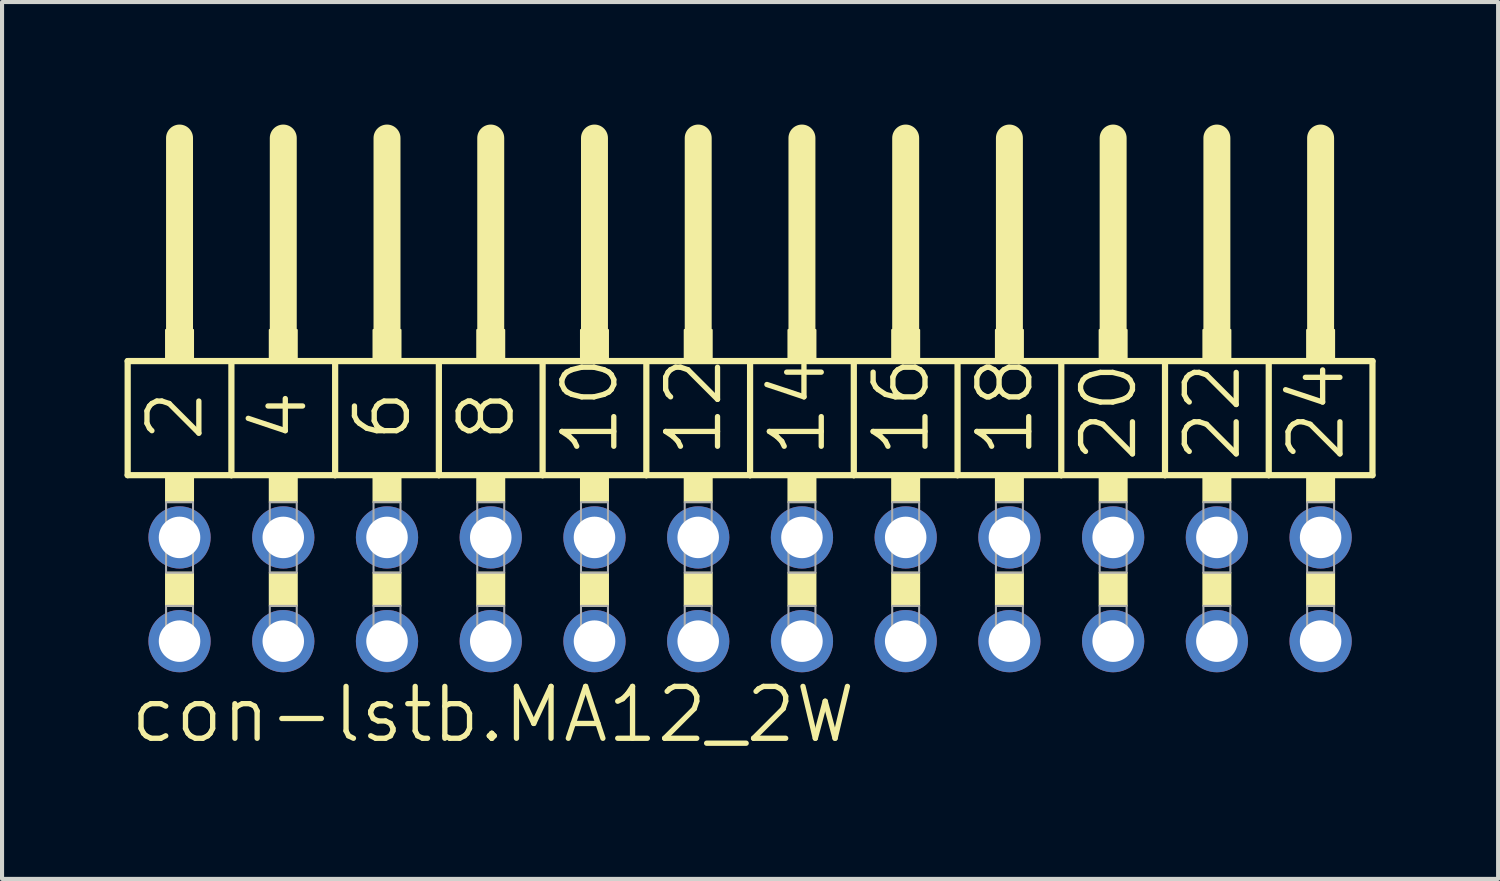
<source format=kicad_pcb>
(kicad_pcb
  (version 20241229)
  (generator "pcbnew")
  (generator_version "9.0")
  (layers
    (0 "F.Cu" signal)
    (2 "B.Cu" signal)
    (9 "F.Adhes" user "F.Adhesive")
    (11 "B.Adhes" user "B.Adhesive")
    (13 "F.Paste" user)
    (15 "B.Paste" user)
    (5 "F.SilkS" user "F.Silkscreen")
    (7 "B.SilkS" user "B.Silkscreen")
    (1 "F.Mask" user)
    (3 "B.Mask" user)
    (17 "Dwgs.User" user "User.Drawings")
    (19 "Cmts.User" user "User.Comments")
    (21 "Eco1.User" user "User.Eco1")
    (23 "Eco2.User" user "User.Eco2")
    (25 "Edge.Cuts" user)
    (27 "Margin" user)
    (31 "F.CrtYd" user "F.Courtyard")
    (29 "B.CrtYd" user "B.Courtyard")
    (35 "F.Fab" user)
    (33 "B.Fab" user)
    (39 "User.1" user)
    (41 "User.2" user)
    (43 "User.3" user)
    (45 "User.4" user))
  (footprint "con-lstb.MA12_2W"
    (layer "F.Cu")
    (at 15.316 11.379)
    (property "Reference" "con-lstb.MA12_2W" (at -15.24 3.81 0) (layer "F.SilkS") (effects (font (size 1.27 1.27) (thickness 0.13)) (justify left bottom)))
    (attr through_hole)
    (fp_line (start -15.24 -5.588) (end -12.7 -5.588) (stroke (width 0.152) (type default)) (layer "F.SilkS"))
    (fp_line (start -15.24 -2.794) (end -15.24 -5.588) (stroke (width 0.152) (type default)) (layer "F.SilkS"))
    (fp_line (start -13.97 -6.35) (end -13.97 -11.049) (stroke (width 0.66) (type default)) (layer "F.SilkS"))
    (fp_line (start -12.7 -5.588) (end -10.16 -5.588) (stroke (width 0.152) (type default)) (layer "F.SilkS"))
    (fp_line (start -12.7 -2.794) (end -15.24 -2.794) (stroke (width 0.152) (type default)) (layer "F.SilkS"))
    (fp_line (start -12.7 -2.794) (end -12.7 -5.588) (stroke (width 0.152) (type default)) (layer "F.SilkS"))
    (fp_line (start -12.7 -2.794) (end -10.16 -2.794) (stroke (width 0.152) (type default)) (layer "F.SilkS"))
    (fp_line (start -11.43 -6.35) (end -11.43 -11.049) (stroke (width 0.66) (type default)) (layer "F.SilkS"))
    (fp_line (start -10.16 -5.588) (end -7.62 -5.588) (stroke (width 0.152) (type default)) (layer "F.SilkS"))
    (fp_line (start -10.16 -2.794) (end -10.16 -5.588) (stroke (width 0.152) (type default)) (layer "F.SilkS"))
    (fp_line (start -8.89 -6.35) (end -8.89 -11.049) (stroke (width 0.66) (type default)) (layer "F.SilkS"))
    (fp_line (start -7.62 -5.588) (end -5.08 -5.588) (stroke (width 0.152) (type default)) (layer "F.SilkS"))
    (fp_line (start -7.62 -2.794) (end -10.16 -2.794) (stroke (width 0.152) (type default)) (layer "F.SilkS"))
    (fp_line (start -7.62 -2.794) (end -7.62 -5.588) (stroke (width 0.152) (type default)) (layer "F.SilkS"))
    (fp_line (start -6.35 -6.35) (end -6.35 -11.049) (stroke (width 0.66) (type default)) (layer "F.SilkS"))
    (fp_line (start -5.08 -5.588) (end -2.54 -5.588) (stroke (width 0.152) (type default)) (layer "F.SilkS"))
    (fp_line (start -5.08 -2.794) (end -7.62 -2.794) (stroke (width 0.152) (type default)) (layer "F.SilkS"))
    (fp_line (start -5.08 -2.794) (end -5.08 -5.588) (stroke (width 0.152) (type default)) (layer "F.SilkS"))
    (fp_line (start -3.81 -6.35) (end -3.81 -11.049) (stroke (width 0.66) (type default)) (layer "F.SilkS"))
    (fp_line (start -2.54 -5.588) (end 0 -5.588) (stroke (width 0.152) (type default)) (layer "F.SilkS"))
    (fp_line (start -2.54 -2.794) (end -5.08 -2.794) (stroke (width 0.152) (type default)) (layer "F.SilkS"))
    (fp_line (start -2.54 -2.794) (end -2.54 -5.588) (stroke (width 0.152) (type default)) (layer "F.SilkS"))
    (fp_line (start -1.27 -6.35) (end -1.27 -11.049) (stroke (width 0.66) (type default)) (layer "F.SilkS"))
    (fp_line (start 0 -5.588) (end 2.54 -5.588) (stroke (width 0.152) (type default)) (layer "F.SilkS"))
    (fp_line (start 0 -2.794) (end -2.54 -2.794) (stroke (width 0.152) (type default)) (layer "F.SilkS"))
    (fp_line (start 0 -2.794) (end 0 -5.588) (stroke (width 0.152) (type default)) (layer "F.SilkS"))
    (fp_line (start 0 -2.794) (end 2.54 -2.794) (stroke (width 0.152) (type default)) (layer "F.SilkS"))
    (fp_line (start 1.27 -6.35) (end 1.27 -11.049) (stroke (width 0.66) (type default)) (layer "F.SilkS"))
    (fp_line (start 2.54 -5.588) (end 5.08 -5.588) (stroke (width 0.152) (type default)) (layer "F.SilkS"))
    (fp_line (start 2.54 -2.794) (end 2.54 -5.588) (stroke (width 0.152) (type default)) (layer "F.SilkS"))
    (fp_line (start 3.81 -6.35) (end 3.81 -11.049) (stroke (width 0.66) (type default)) (layer "F.SilkS"))
    (fp_line (start 5.08 -5.588) (end 7.62 -5.588) (stroke (width 0.152) (type default)) (layer "F.SilkS"))
    (fp_line (start 5.08 -2.794) (end 2.54 -2.794) (stroke (width 0.152) (type default)) (layer "F.SilkS"))
    (fp_line (start 5.08 -2.794) (end 5.08 -5.588) (stroke (width 0.152) (type default)) (layer "F.SilkS"))
    (fp_line (start 6.35 -6.35) (end 6.35 -11.049) (stroke (width 0.66) (type default)) (layer "F.SilkS"))
    (fp_line (start 7.62 -5.588) (end 10.16 -5.588) (stroke (width 0.152) (type default)) (layer "F.SilkS"))
    (fp_line (start 7.62 -2.794) (end 5.08 -2.794) (stroke (width 0.152) (type default)) (layer "F.SilkS"))
    (fp_line (start 7.62 -2.794) (end 7.62 -5.588) (stroke (width 0.152) (type default)) (layer "F.SilkS"))
    (fp_line (start 8.89 -6.35) (end 8.89 -11.049) (stroke (width 0.66) (type default)) (layer "F.SilkS"))
    (fp_line (start 10.16 -5.588) (end 12.7 -5.588) (stroke (width 0.152) (type default)) (layer "F.SilkS"))
    (fp_line (start 10.16 -2.794) (end 7.62 -2.794) (stroke (width 0.152) (type default)) (layer "F.SilkS"))
    (fp_line (start 10.16 -2.794) (end 10.16 -5.588) (stroke (width 0.152) (type default)) (layer "F.SilkS"))
    (fp_line (start 11.43 -6.35) (end 11.43 -11.049) (stroke (width 0.66) (type default)) (layer "F.SilkS"))
    (fp_line (start 12.7 -5.588) (end 15.24 -5.588) (stroke (width 0.152) (type default)) (layer "F.SilkS"))
    (fp_line (start 12.7 -2.794) (end 10.16 -2.794) (stroke (width 0.152) (type default)) (layer "F.SilkS"))
    (fp_line (start 12.7 -2.794) (end 12.7 -5.588) (stroke (width 0.152) (type default)) (layer "F.SilkS"))
    (fp_line (start 12.7 -2.794) (end 15.24 -2.794) (stroke (width 0.152) (type default)) (layer "F.SilkS"))
    (fp_line (start 13.97 -6.35) (end 13.97 -11.049) (stroke (width 0.66) (type default)) (layer "F.SilkS"))
    (fp_line (start 15.24 -2.794) (end 15.24 -5.588) (stroke (width 0.152) (type default)) (layer "F.SilkS"))
    (fp_rect (start -14.3 -5.588) (end -13.64 -6.35) (stroke (width 0.05) (type default)) (fill yes) (layer "F.SilkS"))
    (fp_rect (start -14.3 -2.134) (end -13.64 -2.794) (stroke (width 0.05) (type default)) (fill yes) (layer "F.SilkS"))
    (fp_rect (start -14.3 0.406) (end -13.64 -0.406) (stroke (width 0.05) (type default)) (fill yes) (layer "F.SilkS"))
    (fp_rect (start -11.76 -5.588) (end -11.1 -6.35) (stroke (width 0.05) (type default)) (fill yes) (layer "F.SilkS"))
    (fp_rect (start -11.76 -2.134) (end -11.1 -2.794) (stroke (width 0.05) (type default)) (fill yes) (layer "F.SilkS"))
    (fp_rect (start -11.76 0.406) (end -11.1 -0.406) (stroke (width 0.05) (type default)) (fill yes) (layer "F.SilkS"))
    (fp_rect (start -9.22 -5.588) (end -8.56 -6.35) (stroke (width 0.05) (type default)) (fill yes) (layer "F.SilkS"))
    (fp_rect (start -9.22 -2.134) (end -8.56 -2.794) (stroke (width 0.05) (type default)) (fill yes) (layer "F.SilkS"))
    (fp_rect (start -9.22 0.406) (end -8.56 -0.406) (stroke (width 0.05) (type default)) (fill yes) (layer "F.SilkS"))
    (fp_rect (start -6.68 -5.588) (end -6.02 -6.35) (stroke (width 0.05) (type default)) (fill yes) (layer "F.SilkS"))
    (fp_rect (start -6.68 -2.134) (end -6.02 -2.794) (stroke (width 0.05) (type default)) (fill yes) (layer "F.SilkS"))
    (fp_rect (start -6.68 0.406) (end -6.02 -0.406) (stroke (width 0.05) (type default)) (fill yes) (layer "F.SilkS"))
    (fp_rect (start -4.14 -5.588) (end -3.48 -6.35) (stroke (width 0.05) (type default)) (fill yes) (layer "F.SilkS"))
    (fp_rect (start -4.14 -2.134) (end -3.48 -2.794) (stroke (width 0.05) (type default)) (fill yes) (layer "F.SilkS"))
    (fp_rect (start -4.14 0.406) (end -3.48 -0.406) (stroke (width 0.05) (type default)) (fill yes) (layer "F.SilkS"))
    (fp_rect (start -1.6 -5.588) (end -0.94 -6.35) (stroke (width 0.05) (type default)) (fill yes) (layer "F.SilkS"))
    (fp_rect (start -1.6 -2.134) (end -0.94 -2.794) (stroke (width 0.05) (type default)) (fill yes) (layer "F.SilkS"))
    (fp_rect (start -1.6 0.406) (end -0.94 -0.406) (stroke (width 0.05) (type default)) (fill yes) (layer "F.SilkS"))
    (fp_rect (start 0.94 -5.588) (end 1.6 -6.35) (stroke (width 0.05) (type default)) (fill yes) (layer "F.SilkS"))
    (fp_rect (start 0.94 -2.134) (end 1.6 -2.794) (stroke (width 0.05) (type default)) (fill yes) (layer "F.SilkS"))
    (fp_rect (start 0.94 0.406) (end 1.6 -0.406) (stroke (width 0.05) (type default)) (fill yes) (layer "F.SilkS"))
    (fp_rect (start 3.48 -5.588) (end 4.14 -6.35) (stroke (width 0.05) (type default)) (fill yes) (layer "F.SilkS"))
    (fp_rect (start 3.48 -2.134) (end 4.14 -2.794) (stroke (width 0.05) (type default)) (fill yes) (layer "F.SilkS"))
    (fp_rect (start 3.48 0.406) (end 4.14 -0.406) (stroke (width 0.05) (type default)) (fill yes) (layer "F.SilkS"))
    (fp_rect (start 6.02 -5.588) (end 6.68 -6.35) (stroke (width 0.05) (type default)) (fill yes) (layer "F.SilkS"))
    (fp_rect (start 6.02 -2.134) (end 6.68 -2.794) (stroke (width 0.05) (type default)) (fill yes) (layer "F.SilkS"))
    (fp_rect (start 6.02 0.406) (end 6.68 -0.406) (stroke (width 0.05) (type default)) (fill yes) (layer "F.SilkS"))
    (fp_rect (start 8.56 -5.588) (end 9.22 -6.35) (stroke (width 0.05) (type default)) (fill yes) (layer "F.SilkS"))
    (fp_rect (start 8.56 -2.134) (end 9.22 -2.794) (stroke (width 0.05) (type default)) (fill yes) (layer "F.SilkS"))
    (fp_rect (start 8.56 0.406) (end 9.22 -0.406) (stroke (width 0.05) (type default)) (fill yes) (layer "F.SilkS"))
    (fp_rect (start 11.1 -5.588) (end 11.76 -6.35) (stroke (width 0.05) (type default)) (fill yes) (layer "F.SilkS"))
    (fp_rect (start 11.1 -2.134) (end 11.76 -2.794) (stroke (width 0.05) (type default)) (fill yes) (layer "F.SilkS"))
    (fp_rect (start 11.1 0.406) (end 11.76 -0.406) (stroke (width 0.05) (type default)) (fill yes) (layer "F.SilkS"))
    (fp_rect (start 13.64 -5.588) (end 14.3 -6.35) (stroke (width 0.05) (type default)) (fill yes) (layer "F.SilkS"))
    (fp_rect (start 13.64 -2.134) (end 14.3 -2.794) (stroke (width 0.05) (type default)) (fill yes) (layer "F.SilkS"))
    (fp_rect (start 13.64 0.406) (end 14.3 -0.406) (stroke (width 0.05) (type default)) (fill yes) (layer "F.SilkS"))
    (fp_rect (start -14.3 -0.406) (end -13.64 -2.134) (stroke (width 0.05) (type default)) (fill no) (layer "F.Fab"))
    (fp_rect (start -14.3 1.575) (end -13.64 0.406) (stroke (width 0.05) (type default)) (fill no) (layer "F.Fab"))
    (fp_rect (start -11.76 -0.406) (end -11.1 -2.134) (stroke (width 0.05) (type default)) (fill no) (layer "F.Fab"))
    (fp_rect (start -11.76 1.575) (end -11.1 0.406) (stroke (width 0.05) (type default)) (fill no) (layer "F.Fab"))
    (fp_rect (start -9.22 -0.406) (end -8.56 -2.134) (stroke (width 0.05) (type default)) (fill no) (layer "F.Fab"))
    (fp_rect (start -9.22 1.575) (end -8.56 0.406) (stroke (width 0.05) (type default)) (fill no) (layer "F.Fab"))
    (fp_rect (start -6.68 -0.406) (end -6.02 -2.134) (stroke (width 0.05) (type default)) (fill no) (layer "F.Fab"))
    (fp_rect (start -6.68 1.575) (end -6.02 0.406) (stroke (width 0.05) (type default)) (fill no) (layer "F.Fab"))
    (fp_rect (start -4.14 -0.406) (end -3.48 -2.134) (stroke (width 0.05) (type default)) (fill no) (layer "F.Fab"))
    (fp_rect (start -4.14 1.575) (end -3.48 0.406) (stroke (width 0.05) (type default)) (fill no) (layer "F.Fab"))
    (fp_rect (start -1.6 -0.406) (end -0.94 -2.134) (stroke (width 0.05) (type default)) (fill no) (layer "F.Fab"))
    (fp_rect (start -1.6 1.575) (end -0.94 0.406) (stroke (width 0.05) (type default)) (fill no) (layer "F.Fab"))
    (fp_rect (start 0.94 -0.406) (end 1.6 -2.134) (stroke (width 0.05) (type default)) (fill no) (layer "F.Fab"))
    (fp_rect (start 0.94 1.575) (end 1.6 0.406) (stroke (width 0.05) (type default)) (fill no) (layer "F.Fab"))
    (fp_rect (start 3.48 -0.406) (end 4.14 -2.134) (stroke (width 0.05) (type default)) (fill no) (layer "F.Fab"))
    (fp_rect (start 3.48 1.575) (end 4.14 0.406) (stroke (width 0.05) (type default)) (fill no) (layer "F.Fab"))
    (fp_rect (start 6.02 -0.406) (end 6.68 -2.134) (stroke (width 0.05) (type default)) (fill no) (layer "F.Fab"))
    (fp_rect (start 6.02 1.575) (end 6.68 0.406) (stroke (width 0.05) (type default)) (fill no) (layer "F.Fab"))
    (fp_rect (start 8.56 -0.406) (end 9.22 -2.134) (stroke (width 0.05) (type default)) (fill no) (layer "F.Fab"))
    (fp_rect (start 8.56 1.575) (end 9.22 0.406) (stroke (width 0.05) (type default)) (fill no) (layer "F.Fab"))
    (fp_rect (start 11.1 -0.406) (end 11.76 -2.134) (stroke (width 0.05) (type default)) (fill no) (layer "F.Fab"))
    (fp_rect (start 11.1 1.575) (end 11.76 0.406) (stroke (width 0.05) (type default)) (fill no) (layer "F.Fab"))
    (fp_rect (start 13.64 -0.406) (end 14.3 -2.134) (stroke (width 0.05) (type default)) (fill no) (layer "F.Fab"))
    (fp_rect (start 13.64 1.575) (end 14.3 0.406) (stroke (width 0.05) (type default)) (fill no) (layer "F.Fab"))
    (fp_text user "14" (at 1.905 -3.175 90) (layer "F.SilkS") (effects (font (size 1.27 1.27) (thickness 0.13)) (justify left bottom)))
    (fp_text user "24" (at 14.605 -3.048 90) (layer "F.SilkS") (effects (font (size 1.27 1.27) (thickness 0.13)) (justify left bottom)))
    (fp_text user "2" (at -13.335 -3.556 90) (layer "F.SilkS") (effects (font (size 1.27 1.27) (thickness 0.13)) (justify left bottom)))
    (fp_text user "16" (at 4.445 -3.175 90) (layer "F.SilkS") (effects (font (size 1.27 1.27) (thickness 0.13)) (justify left bottom)))
    (fp_text user "22" (at 12.065 -3.048 90) (layer "F.SilkS") (effects (font (size 1.27 1.27) (thickness 0.13)) (justify left bottom)))
    (fp_text user "8" (at -5.715 -3.556 90) (layer "F.SilkS") (effects (font (size 1.27 1.27) (thickness 0.13)) (justify left bottom)))
    (fp_text user "20" (at 9.525 -3.048 90) (layer "F.SilkS") (effects (font (size 1.27 1.27) (thickness 0.13)) (justify left bottom)))
    (fp_text user "6" (at -8.255 -3.556 90) (layer "F.SilkS") (effects (font (size 1.27 1.27) (thickness 0.13)) (justify left bottom)))
    (fp_text user "10" (at -3.175 -3.175 90) (layer "F.SilkS") (effects (font (size 1.27 1.27) (thickness 0.13)) (justify left bottom)))
    (fp_text user "18" (at 6.985 -3.175 90) (layer "F.SilkS") (effects (font (size 1.27 1.27) (thickness 0.13)) (justify left bottom)))
    (fp_text user "12" (at -0.635 -3.175 90) (layer "F.SilkS") (effects (font (size 1.27 1.27) (thickness 0.13)) (justify left bottom)))
    (fp_text user "4" (at -10.795 -3.556 90) (layer "F.SilkS") (effects (font (size 1.27 1.27) (thickness 0.13)) (justify left bottom)))
    (pad "1" thru_hole circle (at -13.97 1.27) (size 1.524 1.524) (drill 1.016) (layers "*.Cu" "*.Mask"))
    (pad "2" thru_hole circle (at -13.97 -1.27) (size 1.524 1.524) (drill 1.016) (layers "*.Cu" "*.Mask"))
    (pad "3" thru_hole circle (at -11.43 1.27) (size 1.524 1.524) (drill 1.016) (layers "*.Cu" "*.Mask"))
    (pad "4" thru_hole circle (at -11.43 -1.27) (size 1.524 1.524) (drill 1.016) (layers "*.Cu" "*.Mask"))
    (pad "5" thru_hole circle (at -8.89 1.27) (size 1.524 1.524) (drill 1.016) (layers "*.Cu" "*.Mask"))
    (pad "6" thru_hole circle (at -8.89 -1.27) (size 1.524 1.524) (drill 1.016) (layers "*.Cu" "*.Mask"))
    (pad "7" thru_hole circle (at -6.35 1.27) (size 1.524 1.524) (drill 1.016) (layers "*.Cu" "*.Mask"))
    (pad "8" thru_hole circle (at -6.35 -1.27) (size 1.524 1.524) (drill 1.016) (layers "*.Cu" "*.Mask"))
    (pad "9" thru_hole circle (at -3.81 1.27) (size 1.524 1.524) (drill 1.016) (layers "*.Cu" "*.Mask"))
    (pad "10" thru_hole circle (at -3.81 -1.27) (size 1.524 1.524) (drill 1.016) (layers "*.Cu" "*.Mask"))
    (pad "11" thru_hole circle (at -1.27 1.27) (size 1.524 1.524) (drill 1.016) (layers "*.Cu" "*.Mask"))
    (pad "12" thru_hole circle (at -1.27 -1.27) (size 1.524 1.524) (drill 1.016) (layers "*.Cu" "*.Mask"))
    (pad "13" thru_hole circle (at 1.27 1.27) (size 1.524 1.524) (drill 1.016) (layers "*.Cu" "*.Mask"))
    (pad "14" thru_hole circle (at 1.27 -1.27) (size 1.524 1.524) (drill 1.016) (layers "*.Cu" "*.Mask"))
    (pad "15" thru_hole circle (at 3.81 1.27) (size 1.524 1.524) (drill 1.016) (layers "*.Cu" "*.Mask"))
    (pad "16" thru_hole circle (at 3.81 -1.27) (size 1.524 1.524) (drill 1.016) (layers "*.Cu" "*.Mask"))
    (pad "17" thru_hole circle (at 6.35 1.27) (size 1.524 1.524) (drill 1.016) (layers "*.Cu" "*.Mask"))
    (pad "18" thru_hole circle (at 6.35 -1.27) (size 1.524 1.524) (drill 1.016) (layers "*.Cu" "*.Mask"))
    (pad "19" thru_hole circle (at 8.89 1.27) (size 1.524 1.524) (drill 1.016) (layers "*.Cu" "*.Mask"))
    (pad "20" thru_hole circle (at 8.89 -1.27) (size 1.524 1.524) (drill 1.016) (layers "*.Cu" "*.Mask"))
    (pad "21" thru_hole circle (at 11.43 1.27) (size 1.524 1.524) (drill 1.016) (layers "*.Cu" "*.Mask"))
    (pad "22" thru_hole circle (at 11.43 -1.27) (size 1.524 1.524) (drill 1.016) (layers "*.Cu" "*.Mask"))
    (pad "23" thru_hole circle (at 13.97 1.27) (size 1.524 1.524) (drill 1.016) (layers "*.Cu" "*.Mask"))
    (pad "24" thru_hole circle (at 13.97 -1.27) (size 1.524 1.524) (drill 1.016) (layers "*.Cu" "*.Mask")))
  (gr_rect
    (start -3 -3)
    (end 33.632 18.471)
    (stroke (width 0.1) (type default))
    (fill no)
    (layer "Edge.Cuts")))
</source>
